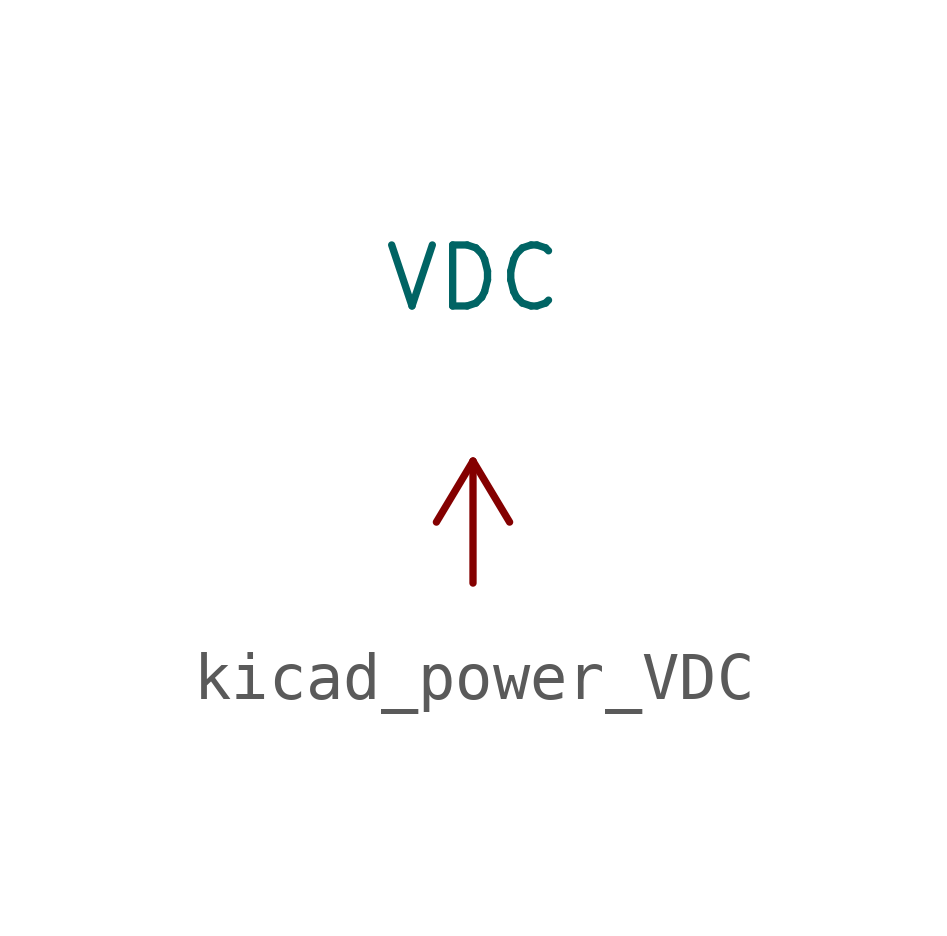
<source format=kicad_sym>
(kicad_symbol_lib
  (version 20220914)
  (generator kicad_symbol_editor)
  (symbol "kicad_power_VDC"
    (power)
    (pin_names
      (offset 0))
    (property "Reference" "#PWR"
      (at 0 -2.54 0)
      (effects (font (size 1.27 1.27)) hide))
    (property "Value" "VDC"
      (at 0 6.35 0)
      (effects (font (size 1.27 1.27))))
    (symbol "kicad_power_VDC_0_1"
      (polyline (pts (xy -0.762 1.27) (xy 0 2.54)) (stroke (width 0) (type default)) (fill (type none)))
      (polyline (pts (xy 0 0) (xy 0 2.54)) (stroke (width 0) (type default)) (fill (type none)))
      (polyline (pts (xy 0 2.54) (xy 0.762 1.27)) (stroke (width 0) (type default)) (fill (type none))))
    (symbol "kicad_power_VDC_1_1"
      (pin power_in line (at 0 0 90) (length 0) hide (name "VDC" (effects (font (size 1.27 1.27)))) (number "1" (effects (font (size 1.27 1.27))))))))
</source>
